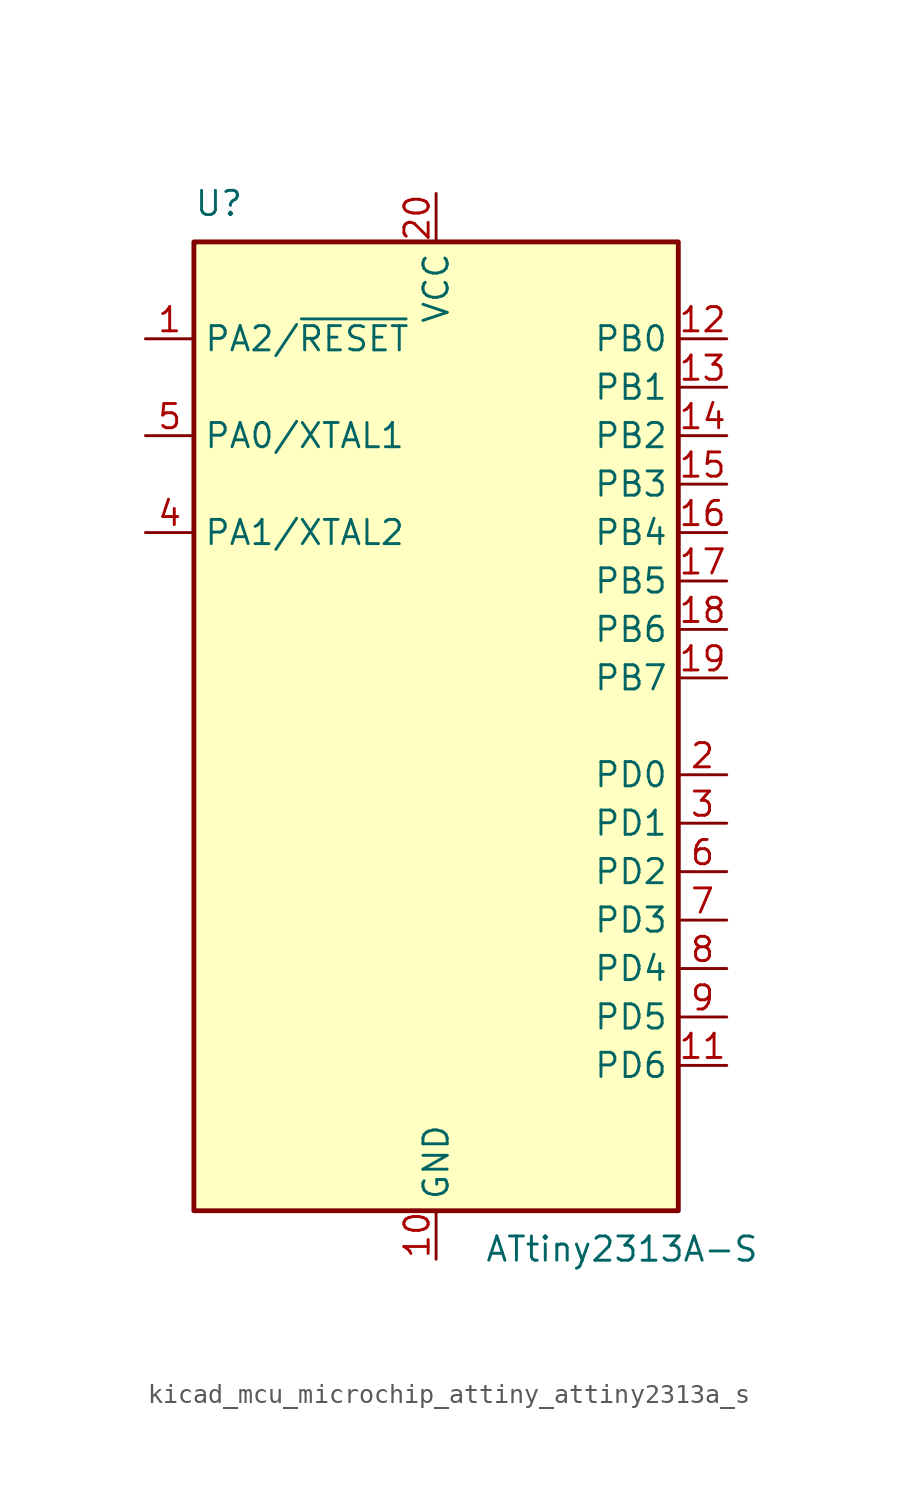
<source format=kicad_sym>
(kicad_symbol_lib
  (version 20220914)
  (generator kicad_symbol_editor)
  (symbol "kicad_mcu_microchip_attiny_attiny2313a_s"
    (property "Reference" "U"
      (at -12.7 26.67 0)
      (effects (font (size 1.27 1.27)) (justify left bottom)))
    (property "Value" "ATtiny2313A-S"
      (at 2.54 -26.67 0)
      (effects (font (size 1.27 1.27)) (justify left top)))
    (symbol "kicad_mcu_microchip_attiny_attiny2313a_s_0_1"
      (rectangle (start -12.7 -25.4) (end 12.7 25.4) (stroke (width 0.254) (type default)) (fill (type background))))
    (symbol "kicad_mcu_microchip_attiny_attiny2313a_s_1_1"
      (pin bidirectional line (at -15.24 20.32 0) (length 2.54) (name "PA2/~{RESET}" (effects (font (size 1.27 1.27)))) (number "1" (effects (font (size 1.27 1.27)))))
      (pin power_in line (at 0 -27.94 90) (length 2.54) (name "GND" (effects (font (size 1.27 1.27)))) (number "10" (effects (font (size 1.27 1.27)))))
      (pin bidirectional line (at 15.24 -17.78 180) (length 2.54) (name "PD6" (effects (font (size 1.27 1.27)))) (number "11" (effects (font (size 1.27 1.27)))))
      (pin bidirectional line (at 15.24 20.32 180) (length 2.54) (name "PB0" (effects (font (size 1.27 1.27)))) (number "12" (effects (font (size 1.27 1.27)))))
      (pin bidirectional line (at 15.24 17.78 180) (length 2.54) (name "PB1" (effects (font (size 1.27 1.27)))) (number "13" (effects (font (size 1.27 1.27)))))
      (pin bidirectional line (at 15.24 15.24 180) (length 2.54) (name "PB2" (effects (font (size 1.27 1.27)))) (number "14" (effects (font (size 1.27 1.27)))))
      (pin bidirectional line (at 15.24 12.7 180) (length 2.54) (name "PB3" (effects (font (size 1.27 1.27)))) (number "15" (effects (font (size 1.27 1.27)))))
      (pin bidirectional line (at 15.24 10.16 180) (length 2.54) (name "PB4" (effects (font (size 1.27 1.27)))) (number "16" (effects (font (size 1.27 1.27)))))
      (pin bidirectional line (at 15.24 7.62 180) (length 2.54) (name "PB5" (effects (font (size 1.27 1.27)))) (number "17" (effects (font (size 1.27 1.27)))))
      (pin bidirectional line (at 15.24 5.08 180) (length 2.54) (name "PB6" (effects (font (size 1.27 1.27)))) (number "18" (effects (font (size 1.27 1.27)))))
      (pin bidirectional line (at 15.24 2.54 180) (length 2.54) (name "PB7" (effects (font (size 1.27 1.27)))) (number "19" (effects (font (size 1.27 1.27)))))
      (pin bidirectional line (at 15.24 -2.54 180) (length 2.54) (name "PD0" (effects (font (size 1.27 1.27)))) (number "2" (effects (font (size 1.27 1.27)))))
      (pin power_in line (at 0 27.94 270) (length 2.54) (name "VCC" (effects (font (size 1.27 1.27)))) (number "20" (effects (font (size 1.27 1.27)))))
      (pin bidirectional line (at 15.24 -5.08 180) (length 2.54) (name "PD1" (effects (font (size 1.27 1.27)))) (number "3" (effects (font (size 1.27 1.27)))))
      (pin bidirectional line (at -15.24 10.16 0) (length 2.54) (name "PA1/XTAL2" (effects (font (size 1.27 1.27)))) (number "4" (effects (font (size 1.27 1.27)))))
      (pin bidirectional line (at -15.24 15.24 0) (length 2.54) (name "PA0/XTAL1" (effects (font (size 1.27 1.27)))) (number "5" (effects (font (size 1.27 1.27)))))
      (pin bidirectional line (at 15.24 -7.62 180) (length 2.54) (name "PD2" (effects (font (size 1.27 1.27)))) (number "6" (effects (font (size 1.27 1.27)))))
      (pin bidirectional line (at 15.24 -10.16 180) (length 2.54) (name "PD3" (effects (font (size 1.27 1.27)))) (number "7" (effects (font (size 1.27 1.27)))))
      (pin bidirectional line (at 15.24 -12.7 180) (length 2.54) (name "PD4" (effects (font (size 1.27 1.27)))) (number "8" (effects (font (size 1.27 1.27)))))
      (pin bidirectional line (at 15.24 -15.24 180) (length 2.54) (name "PD5" (effects (font (size 1.27 1.27)))) (number "9" (effects (font (size 1.27 1.27))))))))
</source>
